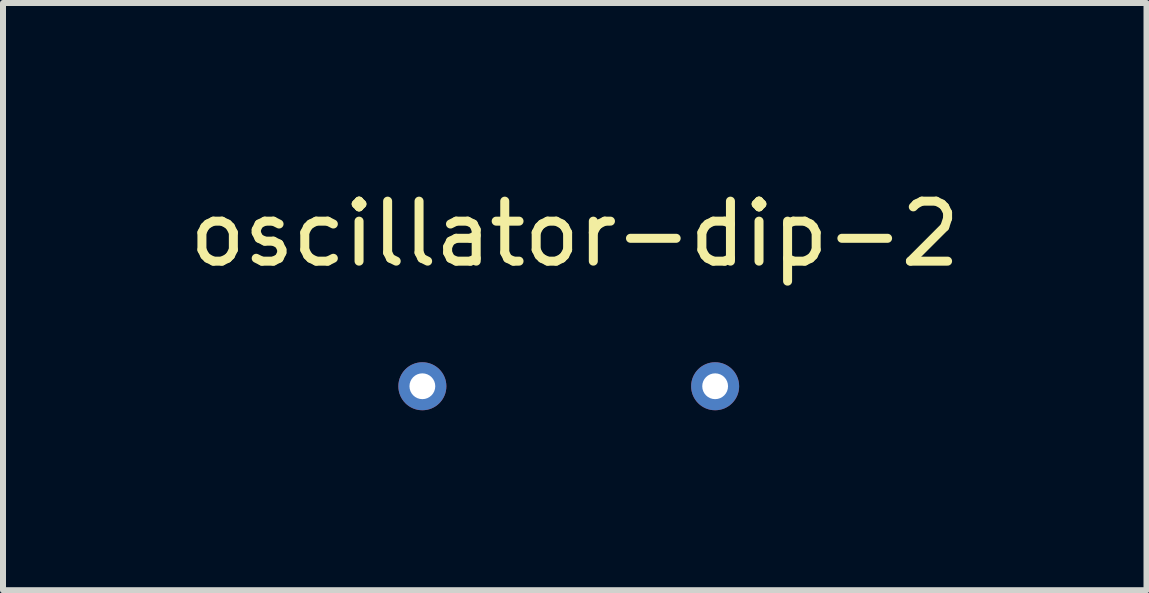
<source format=kicad_pcb>
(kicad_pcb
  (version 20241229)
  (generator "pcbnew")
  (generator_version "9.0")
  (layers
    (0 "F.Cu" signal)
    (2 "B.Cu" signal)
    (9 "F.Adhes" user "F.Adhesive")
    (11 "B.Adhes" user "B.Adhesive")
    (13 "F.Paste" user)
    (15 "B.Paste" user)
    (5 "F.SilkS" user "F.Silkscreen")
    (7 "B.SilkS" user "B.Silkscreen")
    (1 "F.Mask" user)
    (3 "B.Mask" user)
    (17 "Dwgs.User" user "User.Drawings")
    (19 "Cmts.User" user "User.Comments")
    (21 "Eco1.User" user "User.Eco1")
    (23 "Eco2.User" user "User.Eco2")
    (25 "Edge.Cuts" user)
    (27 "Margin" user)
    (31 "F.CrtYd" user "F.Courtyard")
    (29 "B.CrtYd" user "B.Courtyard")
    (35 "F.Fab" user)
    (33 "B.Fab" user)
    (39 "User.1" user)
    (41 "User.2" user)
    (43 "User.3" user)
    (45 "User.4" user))
  (footprint "oscillator-dip-2"
    (layer "F.Cu")
    (at 3.99 3.388)
    (property "Reference" "oscillator-dip-2" (at 2.54 -2.54 0) (layer "F.SilkS") (effects (font (size 1 1) (thickness 0.15))))
    (attr through_hole)
    (pad "1" thru_hole circle (at 0 0) (size 0.8 0.8) (drill 0.43) (layers "*.Cu" "*.Mask"))
    (pad "2" thru_hole circle (at 4.88 0) (size 0.8 0.8) (drill 0.43) (layers "*.Cu" "*.Mask")))
  (gr_rect
    (start -3 -3)
    (end 16.06 6.788)
    (stroke (width 0.1) (type default))
    (fill no)
    (layer "Edge.Cuts")))
</source>
